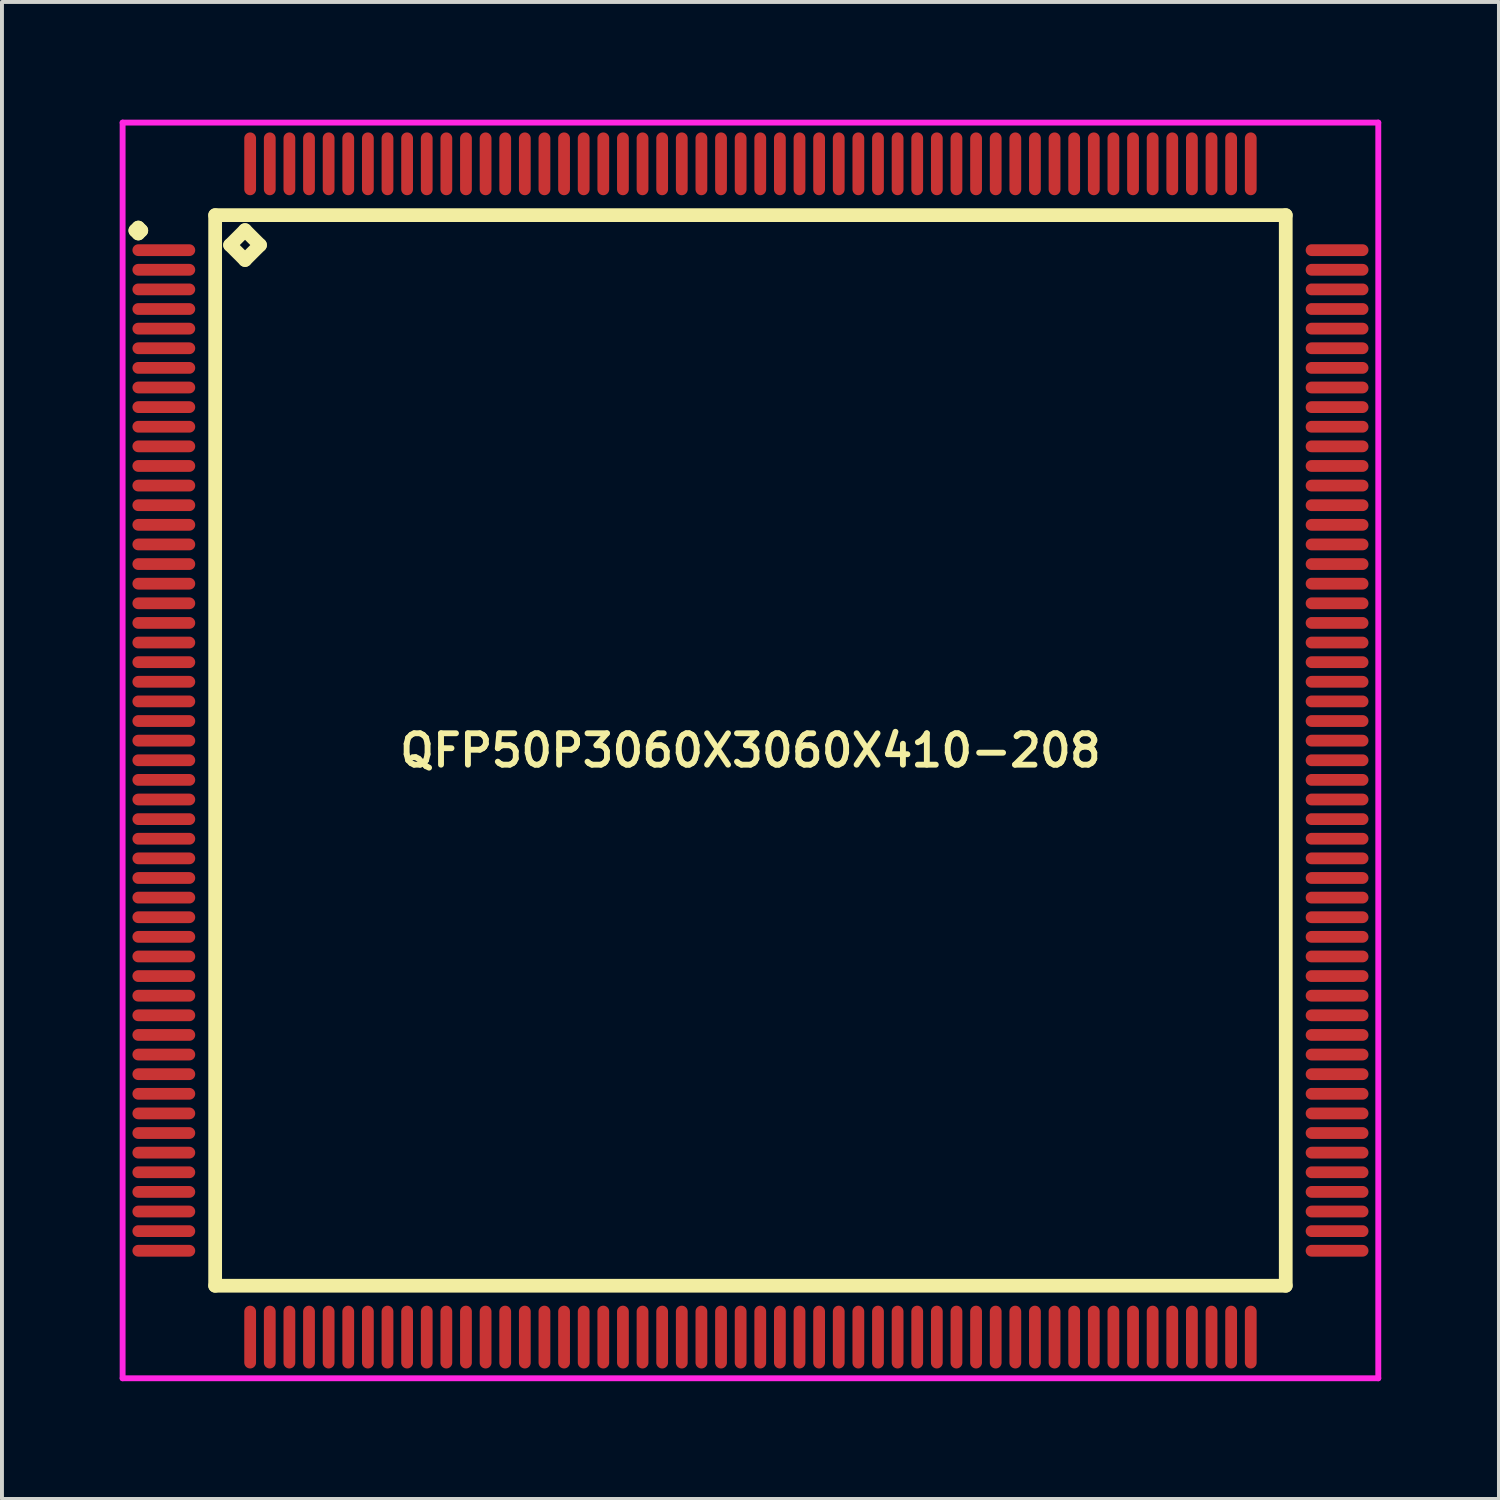
<source format=kicad_pcb>
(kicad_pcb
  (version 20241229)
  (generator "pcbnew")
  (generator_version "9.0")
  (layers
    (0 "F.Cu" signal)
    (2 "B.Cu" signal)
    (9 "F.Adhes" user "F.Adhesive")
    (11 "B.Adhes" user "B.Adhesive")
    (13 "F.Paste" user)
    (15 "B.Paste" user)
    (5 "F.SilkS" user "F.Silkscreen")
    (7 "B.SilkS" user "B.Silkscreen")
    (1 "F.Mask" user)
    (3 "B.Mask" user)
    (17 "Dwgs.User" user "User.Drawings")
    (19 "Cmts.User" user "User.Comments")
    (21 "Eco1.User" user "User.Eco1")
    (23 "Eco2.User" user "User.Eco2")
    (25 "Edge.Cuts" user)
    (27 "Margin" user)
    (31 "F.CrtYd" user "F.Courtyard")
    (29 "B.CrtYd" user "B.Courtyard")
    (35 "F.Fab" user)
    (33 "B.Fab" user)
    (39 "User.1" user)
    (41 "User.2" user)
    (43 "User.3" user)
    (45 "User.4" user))
  (footprint "QFP50P3060X3060X410-208"
    (layer "F.Cu")
    (at 16.075 16.075)
    (property "Reference" "QFP50P3060X3060X410-208" (at 0 0 0) (layer "F.SilkS") (effects (font (size 0.8 0.8) (thickness 0.15))))
    (attr smd)
    (fp_line (start -15.675 -13.25) (end -15.6 -13.325) (stroke (width 0.35) (type solid)) (layer "F.SilkS"))
    (fp_line (start -15.6 -13.325) (end -15.525 -13.25) (stroke (width 0.35) (type solid)) (layer "F.SilkS"))
    (fp_line (start -15.6 -13.175) (end -15.675 -13.25) (stroke (width 0.35) (type solid)) (layer "F.SilkS"))
    (fp_line (start -15.525 -13.25) (end -15.6 -13.175) (stroke (width 0.35) (type solid)) (layer "F.SilkS"))
    (fp_line (start -13.642 -13.642) (end -13.642 13.642) (stroke (width 0.35) (type solid)) (layer "F.SilkS"))
    (fp_line (start -13.642 13.642) (end 13.642 13.642) (stroke (width 0.35) (type solid)) (layer "F.SilkS"))
    (fp_line (start -13.261 -12.88) (end -12.88 -13.261) (stroke (width 0.35) (type solid)) (layer "F.SilkS"))
    (fp_line (start -12.88 -13.261) (end -12.499 -12.88) (stroke (width 0.35) (type solid)) (layer "F.SilkS"))
    (fp_line (start -12.88 -12.499) (end -13.261 -12.88) (stroke (width 0.35) (type solid)) (layer "F.SilkS"))
    (fp_line (start -12.499 -12.88) (end -12.88 -12.499) (stroke (width 0.35) (type solid)) (layer "F.SilkS"))
    (fp_line (start 13.642 -13.642) (end -13.642 -13.642) (stroke (width 0.35) (type solid)) (layer "F.SilkS"))
    (fp_line (start 13.642 13.642) (end 13.642 -13.642) (stroke (width 0.35) (type solid)) (layer "F.SilkS"))
    (fp_line (start -16 -16) (end 16 -16) (stroke (width 0.15) (type solid)) (layer "F.CrtYd"))
    (fp_line (start -16 16) (end -16 -16) (stroke (width 0.15) (type solid)) (layer "F.CrtYd"))
    (fp_line (start 16 -16) (end 16 16) (stroke (width 0.15) (type solid)) (layer "F.CrtYd"))
    (fp_line (start 16 16) (end -16 16) (stroke (width 0.15) (type solid)) (layer "F.CrtYd"))
    (pad "1" smd oval (at -14.95 -12.75) (size 1.6 0.3) (layers "F.Cu" "F.Mask" "F.Paste"))
    (pad "2" smd oval (at -14.95 -12.25) (size 1.6 0.3) (layers "F.Cu" "F.Mask" "F.Paste"))
    (pad "3" smd oval (at -14.95 -11.75) (size 1.6 0.3) (layers "F.Cu" "F.Mask" "F.Paste"))
    (pad "4" smd oval (at -14.95 -11.25) (size 1.6 0.3) (layers "F.Cu" "F.Mask" "F.Paste"))
    (pad "5" smd oval (at -14.95 -10.75) (size 1.6 0.3) (layers "F.Cu" "F.Mask" "F.Paste"))
    (pad "6" smd oval (at -14.95 -10.25) (size 1.6 0.3) (layers "F.Cu" "F.Mask" "F.Paste"))
    (pad "7" smd oval (at -14.95 -9.75) (size 1.6 0.3) (layers "F.Cu" "F.Mask" "F.Paste"))
    (pad "8" smd oval (at -14.95 -9.25) (size 1.6 0.3) (layers "F.Cu" "F.Mask" "F.Paste"))
    (pad "9" smd oval (at -14.95 -8.75) (size 1.6 0.3) (layers "F.Cu" "F.Mask" "F.Paste"))
    (pad "10" smd oval (at -14.95 -8.25) (size 1.6 0.3) (layers "F.Cu" "F.Mask" "F.Paste"))
    (pad "11" smd oval (at -14.95 -7.75) (size 1.6 0.3) (layers "F.Cu" "F.Mask" "F.Paste"))
    (pad "12" smd oval (at -14.95 -7.25) (size 1.6 0.3) (layers "F.Cu" "F.Mask" "F.Paste"))
    (pad "13" smd oval (at -14.95 -6.75) (size 1.6 0.3) (layers "F.Cu" "F.Mask" "F.Paste"))
    (pad "14" smd oval (at -14.95 -6.25) (size 1.6 0.3) (layers "F.Cu" "F.Mask" "F.Paste"))
    (pad "15" smd oval (at -14.95 -5.75) (size 1.6 0.3) (layers "F.Cu" "F.Mask" "F.Paste"))
    (pad "16" smd oval (at -14.95 -5.25) (size 1.6 0.3) (layers "F.Cu" "F.Mask" "F.Paste"))
    (pad "17" smd oval (at -14.95 -4.75) (size 1.6 0.3) (layers "F.Cu" "F.Mask" "F.Paste"))
    (pad "18" smd oval (at -14.95 -4.25) (size 1.6 0.3) (layers "F.Cu" "F.Mask" "F.Paste"))
    (pad "19" smd oval (at -14.95 -3.75) (size 1.6 0.3) (layers "F.Cu" "F.Mask" "F.Paste"))
    (pad "20" smd oval (at -14.95 -3.25) (size 1.6 0.3) (layers "F.Cu" "F.Mask" "F.Paste"))
    (pad "21" smd oval (at -14.95 -2.75) (size 1.6 0.3) (layers "F.Cu" "F.Mask" "F.Paste"))
    (pad "22" smd oval (at -14.95 -2.25) (size 1.6 0.3) (layers "F.Cu" "F.Mask" "F.Paste"))
    (pad "23" smd oval (at -14.95 -1.75) (size 1.6 0.3) (layers "F.Cu" "F.Mask" "F.Paste"))
    (pad "24" smd oval (at -14.95 -1.25) (size 1.6 0.3) (layers "F.Cu" "F.Mask" "F.Paste"))
    (pad "25" smd oval (at -14.95 -0.75) (size 1.6 0.3) (layers "F.Cu" "F.Mask" "F.Paste"))
    (pad "26" smd oval (at -14.95 -0.25) (size 1.6 0.3) (layers "F.Cu" "F.Mask" "F.Paste"))
    (pad "27" smd oval (at -14.95 0.25) (size 1.6 0.3) (layers "F.Cu" "F.Mask" "F.Paste"))
    (pad "28" smd oval (at -14.95 0.75) (size 1.6 0.3) (layers "F.Cu" "F.Mask" "F.Paste"))
    (pad "29" smd oval (at -14.95 1.25) (size 1.6 0.3) (layers "F.Cu" "F.Mask" "F.Paste"))
    (pad "30" smd oval (at -14.95 1.75) (size 1.6 0.3) (layers "F.Cu" "F.Mask" "F.Paste"))
    (pad "31" smd oval (at -14.95 2.25) (size 1.6 0.3) (layers "F.Cu" "F.Mask" "F.Paste"))
    (pad "32" smd oval (at -14.95 2.75) (size 1.6 0.3) (layers "F.Cu" "F.Mask" "F.Paste"))
    (pad "33" smd oval (at -14.95 3.25) (size 1.6 0.3) (layers "F.Cu" "F.Mask" "F.Paste"))
    (pad "34" smd oval (at -14.95 3.75) (size 1.6 0.3) (layers "F.Cu" "F.Mask" "F.Paste"))
    (pad "35" smd oval (at -14.95 4.25) (size 1.6 0.3) (layers "F.Cu" "F.Mask" "F.Paste"))
    (pad "36" smd oval (at -14.95 4.75) (size 1.6 0.3) (layers "F.Cu" "F.Mask" "F.Paste"))
    (pad "37" smd oval (at -14.95 5.25) (size 1.6 0.3) (layers "F.Cu" "F.Mask" "F.Paste"))
    (pad "38" smd oval (at -14.95 5.75) (size 1.6 0.3) (layers "F.Cu" "F.Mask" "F.Paste"))
    (pad "39" smd oval (at -14.95 6.25) (size 1.6 0.3) (layers "F.Cu" "F.Mask" "F.Paste"))
    (pad "40" smd oval (at -14.95 6.75) (size 1.6 0.3) (layers "F.Cu" "F.Mask" "F.Paste"))
    (pad "41" smd oval (at -14.95 7.25) (size 1.6 0.3) (layers "F.Cu" "F.Mask" "F.Paste"))
    (pad "42" smd oval (at -14.95 7.75) (size 1.6 0.3) (layers "F.Cu" "F.Mask" "F.Paste"))
    (pad "43" smd oval (at -14.95 8.25) (size 1.6 0.3) (layers "F.Cu" "F.Mask" "F.Paste"))
    (pad "44" smd oval (at -14.95 8.75) (size 1.6 0.3) (layers "F.Cu" "F.Mask" "F.Paste"))
    (pad "45" smd oval (at -14.95 9.25) (size 1.6 0.3) (layers "F.Cu" "F.Mask" "F.Paste"))
    (pad "46" smd oval (at -14.95 9.75) (size 1.6 0.3) (layers "F.Cu" "F.Mask" "F.Paste"))
    (pad "47" smd oval (at -14.95 10.25) (size 1.6 0.3) (layers "F.Cu" "F.Mask" "F.Paste"))
    (pad "48" smd oval (at -14.95 10.75) (size 1.6 0.3) (layers "F.Cu" "F.Mask" "F.Paste"))
    (pad "49" smd oval (at -14.95 11.25) (size 1.6 0.3) (layers "F.Cu" "F.Mask" "F.Paste"))
    (pad "50" smd oval (at -14.95 11.75) (size 1.6 0.3) (layers "F.Cu" "F.Mask" "F.Paste"))
    (pad "51" smd oval (at -14.95 12.25) (size 1.6 0.3) (layers "F.Cu" "F.Mask" "F.Paste"))
    (pad "52" smd oval (at -14.95 12.75) (size 1.6 0.3) (layers "F.Cu" "F.Mask" "F.Paste"))
    (pad "53" smd oval (at -12.75 14.95) (size 0.3 1.6) (layers "F.Cu" "F.Mask" "F.Paste"))
    (pad "54" smd oval (at -12.25 14.95) (size 0.3 1.6) (layers "F.Cu" "F.Mask" "F.Paste"))
    (pad "55" smd oval (at -11.75 14.95) (size 0.3 1.6) (layers "F.Cu" "F.Mask" "F.Paste"))
    (pad "56" smd oval (at -11.25 14.95) (size 0.3 1.6) (layers "F.Cu" "F.Mask" "F.Paste"))
    (pad "57" smd oval (at -10.75 14.95) (size 0.3 1.6) (layers "F.Cu" "F.Mask" "F.Paste"))
    (pad "58" smd oval (at -10.25 14.95) (size 0.3 1.6) (layers "F.Cu" "F.Mask" "F.Paste"))
    (pad "59" smd oval (at -9.75 14.95) (size 0.3 1.6) (layers "F.Cu" "F.Mask" "F.Paste"))
    (pad "60" smd oval (at -9.25 14.95) (size 0.3 1.6) (layers "F.Cu" "F.Mask" "F.Paste"))
    (pad "61" smd oval (at -8.75 14.95) (size 0.3 1.6) (layers "F.Cu" "F.Mask" "F.Paste"))
    (pad "62" smd oval (at -8.25 14.95) (size 0.3 1.6) (layers "F.Cu" "F.Mask" "F.Paste"))
    (pad "63" smd oval (at -7.75 14.95) (size 0.3 1.6) (layers "F.Cu" "F.Mask" "F.Paste"))
    (pad "64" smd oval (at -7.25 14.95) (size 0.3 1.6) (layers "F.Cu" "F.Mask" "F.Paste"))
    (pad "65" smd oval (at -6.75 14.95) (size 0.3 1.6) (layers "F.Cu" "F.Mask" "F.Paste"))
    (pad "66" smd oval (at -6.25 14.95) (size 0.3 1.6) (layers "F.Cu" "F.Mask" "F.Paste"))
    (pad "67" smd oval (at -5.75 14.95) (size 0.3 1.6) (layers "F.Cu" "F.Mask" "F.Paste"))
    (pad "68" smd oval (at -5.25 14.95) (size 0.3 1.6) (layers "F.Cu" "F.Mask" "F.Paste"))
    (pad "69" smd oval (at -4.75 14.95) (size 0.3 1.6) (layers "F.Cu" "F.Mask" "F.Paste"))
    (pad "70" smd oval (at -4.25 14.95) (size 0.3 1.6) (layers "F.Cu" "F.Mask" "F.Paste"))
    (pad "71" smd oval (at -3.75 14.95) (size 0.3 1.6) (layers "F.Cu" "F.Mask" "F.Paste"))
    (pad "72" smd oval (at -3.25 14.95) (size 0.3 1.6) (layers "F.Cu" "F.Mask" "F.Paste"))
    (pad "73" smd oval (at -2.75 14.95) (size 0.3 1.6) (layers "F.Cu" "F.Mask" "F.Paste"))
    (pad "74" smd oval (at -2.25 14.95) (size 0.3 1.6) (layers "F.Cu" "F.Mask" "F.Paste"))
    (pad "75" smd oval (at -1.75 14.95) (size 0.3 1.6) (layers "F.Cu" "F.Mask" "F.Paste"))
    (pad "76" smd oval (at -1.25 14.95) (size 0.3 1.6) (layers "F.Cu" "F.Mask" "F.Paste"))
    (pad "77" smd oval (at -0.75 14.95) (size 0.3 1.6) (layers "F.Cu" "F.Mask" "F.Paste"))
    (pad "78" smd oval (at -0.25 14.95) (size 0.3 1.6) (layers "F.Cu" "F.Mask" "F.Paste"))
    (pad "79" smd oval (at 0.25 14.95) (size 0.3 1.6) (layers "F.Cu" "F.Mask" "F.Paste"))
    (pad "80" smd oval (at 0.75 14.95) (size 0.3 1.6) (layers "F.Cu" "F.Mask" "F.Paste"))
    (pad "81" smd oval (at 1.25 14.95) (size 0.3 1.6) (layers "F.Cu" "F.Mask" "F.Paste"))
    (pad "82" smd oval (at 1.75 14.95) (size 0.3 1.6) (layers "F.Cu" "F.Mask" "F.Paste"))
    (pad "83" smd oval (at 2.25 14.95) (size 0.3 1.6) (layers "F.Cu" "F.Mask" "F.Paste"))
    (pad "84" smd oval (at 2.75 14.95) (size 0.3 1.6) (layers "F.Cu" "F.Mask" "F.Paste"))
    (pad "85" smd oval (at 3.25 14.95) (size 0.3 1.6) (layers "F.Cu" "F.Mask" "F.Paste"))
    (pad "86" smd oval (at 3.75 14.95) (size 0.3 1.6) (layers "F.Cu" "F.Mask" "F.Paste"))
    (pad "87" smd oval (at 4.25 14.95) (size 0.3 1.6) (layers "F.Cu" "F.Mask" "F.Paste"))
    (pad "88" smd oval (at 4.75 14.95) (size 0.3 1.6) (layers "F.Cu" "F.Mask" "F.Paste"))
    (pad "89" smd oval (at 5.25 14.95) (size 0.3 1.6) (layers "F.Cu" "F.Mask" "F.Paste"))
    (pad "90" smd oval (at 5.75 14.95) (size 0.3 1.6) (layers "F.Cu" "F.Mask" "F.Paste"))
    (pad "91" smd oval (at 6.25 14.95) (size 0.3 1.6) (layers "F.Cu" "F.Mask" "F.Paste"))
    (pad "92" smd oval (at 6.75 14.95) (size 0.3 1.6) (layers "F.Cu" "F.Mask" "F.Paste"))
    (pad "93" smd oval (at 7.25 14.95) (size 0.3 1.6) (layers "F.Cu" "F.Mask" "F.Paste"))
    (pad "94" smd oval (at 7.75 14.95) (size 0.3 1.6) (layers "F.Cu" "F.Mask" "F.Paste"))
    (pad "95" smd oval (at 8.25 14.95) (size 0.3 1.6) (layers "F.Cu" "F.Mask" "F.Paste"))
    (pad "96" smd oval (at 8.75 14.95) (size 0.3 1.6) (layers "F.Cu" "F.Mask" "F.Paste"))
    (pad "97" smd oval (at 9.25 14.95) (size 0.3 1.6) (layers "F.Cu" "F.Mask" "F.Paste"))
    (pad "98" smd oval (at 9.75 14.95) (size 0.3 1.6) (layers "F.Cu" "F.Mask" "F.Paste"))
    (pad "99" smd oval (at 10.25 14.95) (size 0.3 1.6) (layers "F.Cu" "F.Mask" "F.Paste"))
    (pad "100" smd oval (at 10.75 14.95) (size 0.3 1.6) (layers "F.Cu" "F.Mask" "F.Paste"))
    (pad "101" smd oval (at 11.25 14.95) (size 0.3 1.6) (layers "F.Cu" "F.Mask" "F.Paste"))
    (pad "102" smd oval (at 11.75 14.95) (size 0.3 1.6) (layers "F.Cu" "F.Mask" "F.Paste"))
    (pad "103" smd oval (at 12.25 14.95) (size 0.3 1.6) (layers "F.Cu" "F.Mask" "F.Paste"))
    (pad "104" smd oval (at 12.75 14.95) (size 0.3 1.6) (layers "F.Cu" "F.Mask" "F.Paste"))
    (pad "105" smd oval (at 14.95 12.75) (size 1.6 0.3) (layers "F.Cu" "F.Mask" "F.Paste"))
    (pad "106" smd oval (at 14.95 12.25) (size 1.6 0.3) (layers "F.Cu" "F.Mask" "F.Paste"))
    (pad "107" smd oval (at 14.95 11.75) (size 1.6 0.3) (layers "F.Cu" "F.Mask" "F.Paste"))
    (pad "108" smd oval (at 14.95 11.25) (size 1.6 0.3) (layers "F.Cu" "F.Mask" "F.Paste"))
    (pad "109" smd oval (at 14.95 10.75) (size 1.6 0.3) (layers "F.Cu" "F.Mask" "F.Paste"))
    (pad "110" smd oval (at 14.95 10.25) (size 1.6 0.3) (layers "F.Cu" "F.Mask" "F.Paste"))
    (pad "111" smd oval (at 14.95 9.75) (size 1.6 0.3) (layers "F.Cu" "F.Mask" "F.Paste"))
    (pad "112" smd oval (at 14.95 9.25) (size 1.6 0.3) (layers "F.Cu" "F.Mask" "F.Paste"))
    (pad "113" smd oval (at 14.95 8.75) (size 1.6 0.3) (layers "F.Cu" "F.Mask" "F.Paste"))
    (pad "114" smd oval (at 14.95 8.25) (size 1.6 0.3) (layers "F.Cu" "F.Mask" "F.Paste"))
    (pad "115" smd oval (at 14.95 7.75) (size 1.6 0.3) (layers "F.Cu" "F.Mask" "F.Paste"))
    (pad "116" smd oval (at 14.95 7.25) (size 1.6 0.3) (layers "F.Cu" "F.Mask" "F.Paste"))
    (pad "117" smd oval (at 14.95 6.75) (size 1.6 0.3) (layers "F.Cu" "F.Mask" "F.Paste"))
    (pad "118" smd oval (at 14.95 6.25) (size 1.6 0.3) (layers "F.Cu" "F.Mask" "F.Paste"))
    (pad "119" smd oval (at 14.95 5.75) (size 1.6 0.3) (layers "F.Cu" "F.Mask" "F.Paste"))
    (pad "120" smd oval (at 14.95 5.25) (size 1.6 0.3) (layers "F.Cu" "F.Mask" "F.Paste"))
    (pad "121" smd oval (at 14.95 4.75) (size 1.6 0.3) (layers "F.Cu" "F.Mask" "F.Paste"))
    (pad "122" smd oval (at 14.95 4.25) (size 1.6 0.3) (layers "F.Cu" "F.Mask" "F.Paste"))
    (pad "123" smd oval (at 14.95 3.75) (size 1.6 0.3) (layers "F.Cu" "F.Mask" "F.Paste"))
    (pad "124" smd oval (at 14.95 3.25) (size 1.6 0.3) (layers "F.Cu" "F.Mask" "F.Paste"))
    (pad "125" smd oval (at 14.95 2.75) (size 1.6 0.3) (layers "F.Cu" "F.Mask" "F.Paste"))
    (pad "126" smd oval (at 14.95 2.25) (size 1.6 0.3) (layers "F.Cu" "F.Mask" "F.Paste"))
    (pad "127" smd oval (at 14.95 1.75) (size 1.6 0.3) (layers "F.Cu" "F.Mask" "F.Paste"))
    (pad "128" smd oval (at 14.95 1.25) (size 1.6 0.3) (layers "F.Cu" "F.Mask" "F.Paste"))
    (pad "129" smd oval (at 14.95 0.75) (size 1.6 0.3) (layers "F.Cu" "F.Mask" "F.Paste"))
    (pad "130" smd oval (at 14.95 0.25) (size 1.6 0.3) (layers "F.Cu" "F.Mask" "F.Paste"))
    (pad "131" smd oval (at 14.95 -0.25) (size 1.6 0.3) (layers "F.Cu" "F.Mask" "F.Paste"))
    (pad "132" smd oval (at 14.95 -0.75) (size 1.6 0.3) (layers "F.Cu" "F.Mask" "F.Paste"))
    (pad "133" smd oval (at 14.95 -1.25) (size 1.6 0.3) (layers "F.Cu" "F.Mask" "F.Paste"))
    (pad "134" smd oval (at 14.95 -1.75) (size 1.6 0.3) (layers "F.Cu" "F.Mask" "F.Paste"))
    (pad "135" smd oval (at 14.95 -2.25) (size 1.6 0.3) (layers "F.Cu" "F.Mask" "F.Paste"))
    (pad "136" smd oval (at 14.95 -2.75) (size 1.6 0.3) (layers "F.Cu" "F.Mask" "F.Paste"))
    (pad "137" smd oval (at 14.95 -3.25) (size 1.6 0.3) (layers "F.Cu" "F.Mask" "F.Paste"))
    (pad "138" smd oval (at 14.95 -3.75) (size 1.6 0.3) (layers "F.Cu" "F.Mask" "F.Paste"))
    (pad "139" smd oval (at 14.95 -4.25) (size 1.6 0.3) (layers "F.Cu" "F.Mask" "F.Paste"))
    (pad "140" smd oval (at 14.95 -4.75) (size 1.6 0.3) (layers "F.Cu" "F.Mask" "F.Paste"))
    (pad "141" smd oval (at 14.95 -5.25) (size 1.6 0.3) (layers "F.Cu" "F.Mask" "F.Paste"))
    (pad "142" smd oval (at 14.95 -5.75) (size 1.6 0.3) (layers "F.Cu" "F.Mask" "F.Paste"))
    (pad "143" smd oval (at 14.95 -6.25) (size 1.6 0.3) (layers "F.Cu" "F.Mask" "F.Paste"))
    (pad "144" smd oval (at 14.95 -6.75) (size 1.6 0.3) (layers "F.Cu" "F.Mask" "F.Paste"))
    (pad "145" smd oval (at 14.95 -7.25) (size 1.6 0.3) (layers "F.Cu" "F.Mask" "F.Paste"))
    (pad "146" smd oval (at 14.95 -7.75) (size 1.6 0.3) (layers "F.Cu" "F.Mask" "F.Paste"))
    (pad "147" smd oval (at 14.95 -8.25) (size 1.6 0.3) (layers "F.Cu" "F.Mask" "F.Paste"))
    (pad "148" smd oval (at 14.95 -8.75) (size 1.6 0.3) (layers "F.Cu" "F.Mask" "F.Paste"))
    (pad "149" smd oval (at 14.95 -9.25) (size 1.6 0.3) (layers "F.Cu" "F.Mask" "F.Paste"))
    (pad "150" smd oval (at 14.95 -9.75) (size 1.6 0.3) (layers "F.Cu" "F.Mask" "F.Paste"))
    (pad "151" smd oval (at 14.95 -10.25) (size 1.6 0.3) (layers "F.Cu" "F.Mask" "F.Paste"))
    (pad "152" smd oval (at 14.95 -10.75) (size 1.6 0.3) (layers "F.Cu" "F.Mask" "F.Paste"))
    (pad "153" smd oval (at 14.95 -11.25) (size 1.6 0.3) (layers "F.Cu" "F.Mask" "F.Paste"))
    (pad "154" smd oval (at 14.95 -11.75) (size 1.6 0.3) (layers "F.Cu" "F.Mask" "F.Paste"))
    (pad "155" smd oval (at 14.95 -12.25) (size 1.6 0.3) (layers "F.Cu" "F.Mask" "F.Paste"))
    (pad "156" smd oval (at 14.95 -12.75) (size 1.6 0.3) (layers "F.Cu" "F.Mask" "F.Paste"))
    (pad "157" smd oval (at 12.75 -14.95) (size 0.3 1.6) (layers "F.Cu" "F.Mask" "F.Paste"))
    (pad "158" smd oval (at 12.25 -14.95) (size 0.3 1.6) (layers "F.Cu" "F.Mask" "F.Paste"))
    (pad "159" smd oval (at 11.75 -14.95) (size 0.3 1.6) (layers "F.Cu" "F.Mask" "F.Paste"))
    (pad "160" smd oval (at 11.25 -14.95) (size 0.3 1.6) (layers "F.Cu" "F.Mask" "F.Paste"))
    (pad "161" smd oval (at 10.75 -14.95) (size 0.3 1.6) (layers "F.Cu" "F.Mask" "F.Paste"))
    (pad "162" smd oval (at 10.25 -14.95) (size 0.3 1.6) (layers "F.Cu" "F.Mask" "F.Paste"))
    (pad "163" smd oval (at 9.75 -14.95) (size 0.3 1.6) (layers "F.Cu" "F.Mask" "F.Paste"))
    (pad "164" smd oval (at 9.25 -14.95) (size 0.3 1.6) (layers "F.Cu" "F.Mask" "F.Paste"))
    (pad "165" smd oval (at 8.75 -14.95) (size 0.3 1.6) (layers "F.Cu" "F.Mask" "F.Paste"))
    (pad "166" smd oval (at 8.25 -14.95) (size 0.3 1.6) (layers "F.Cu" "F.Mask" "F.Paste"))
    (pad "167" smd oval (at 7.75 -14.95) (size 0.3 1.6) (layers "F.Cu" "F.Mask" "F.Paste"))
    (pad "168" smd oval (at 7.25 -14.95) (size 0.3 1.6) (layers "F.Cu" "F.Mask" "F.Paste"))
    (pad "169" smd oval (at 6.75 -14.95) (size 0.3 1.6) (layers "F.Cu" "F.Mask" "F.Paste"))
    (pad "170" smd oval (at 6.25 -14.95) (size 0.3 1.6) (layers "F.Cu" "F.Mask" "F.Paste"))
    (pad "171" smd oval (at 5.75 -14.95) (size 0.3 1.6) (layers "F.Cu" "F.Mask" "F.Paste"))
    (pad "172" smd oval (at 5.25 -14.95) (size 0.3 1.6) (layers "F.Cu" "F.Mask" "F.Paste"))
    (pad "173" smd oval (at 4.75 -14.95) (size 0.3 1.6) (layers "F.Cu" "F.Mask" "F.Paste"))
    (pad "174" smd oval (at 4.25 -14.95) (size 0.3 1.6) (layers "F.Cu" "F.Mask" "F.Paste"))
    (pad "175" smd oval (at 3.75 -14.95) (size 0.3 1.6) (layers "F.Cu" "F.Mask" "F.Paste"))
    (pad "176" smd oval (at 3.25 -14.95) (size 0.3 1.6) (layers "F.Cu" "F.Mask" "F.Paste"))
    (pad "177" smd oval (at 2.75 -14.95) (size 0.3 1.6) (layers "F.Cu" "F.Mask" "F.Paste"))
    (pad "178" smd oval (at 2.25 -14.95) (size 0.3 1.6) (layers "F.Cu" "F.Mask" "F.Paste"))
    (pad "179" smd oval (at 1.75 -14.95) (size 0.3 1.6) (layers "F.Cu" "F.Mask" "F.Paste"))
    (pad "180" smd oval (at 1.25 -14.95) (size 0.3 1.6) (layers "F.Cu" "F.Mask" "F.Paste"))
    (pad "181" smd oval (at 0.75 -14.95) (size 0.3 1.6) (layers "F.Cu" "F.Mask" "F.Paste"))
    (pad "182" smd oval (at 0.25 -14.95) (size 0.3 1.6) (layers "F.Cu" "F.Mask" "F.Paste"))
    (pad "183" smd oval (at -0.25 -14.95) (size 0.3 1.6) (layers "F.Cu" "F.Mask" "F.Paste"))
    (pad "184" smd oval (at -0.75 -14.95) (size 0.3 1.6) (layers "F.Cu" "F.Mask" "F.Paste"))
    (pad "185" smd oval (at -1.25 -14.95) (size 0.3 1.6) (layers "F.Cu" "F.Mask" "F.Paste"))
    (pad "186" smd oval (at -1.75 -14.95) (size 0.3 1.6) (layers "F.Cu" "F.Mask" "F.Paste"))
    (pad "187" smd oval (at -2.25 -14.95) (size 0.3 1.6) (layers "F.Cu" "F.Mask" "F.Paste"))
    (pad "188" smd oval (at -2.75 -14.95) (size 0.3 1.6) (layers "F.Cu" "F.Mask" "F.Paste"))
    (pad "189" smd oval (at -3.25 -14.95) (size 0.3 1.6) (layers "F.Cu" "F.Mask" "F.Paste"))
    (pad "190" smd oval (at -3.75 -14.95) (size 0.3 1.6) (layers "F.Cu" "F.Mask" "F.Paste"))
    (pad "191" smd oval (at -4.25 -14.95) (size 0.3 1.6) (layers "F.Cu" "F.Mask" "F.Paste"))
    (pad "192" smd oval (at -4.75 -14.95) (size 0.3 1.6) (layers "F.Cu" "F.Mask" "F.Paste"))
    (pad "193" smd oval (at -5.25 -14.95) (size 0.3 1.6) (layers "F.Cu" "F.Mask" "F.Paste"))
    (pad "194" smd oval (at -5.75 -14.95) (size 0.3 1.6) (layers "F.Cu" "F.Mask" "F.Paste"))
    (pad "195" smd oval (at -6.25 -14.95) (size 0.3 1.6) (layers "F.Cu" "F.Mask" "F.Paste"))
    (pad "196" smd oval (at -6.75 -14.95) (size 0.3 1.6) (layers "F.Cu" "F.Mask" "F.Paste"))
    (pad "197" smd oval (at -7.25 -14.95) (size 0.3 1.6) (layers "F.Cu" "F.Mask" "F.Paste"))
    (pad "198" smd oval (at -7.75 -14.95) (size 0.3 1.6) (layers "F.Cu" "F.Mask" "F.Paste"))
    (pad "199" smd oval (at -8.25 -14.95) (size 0.3 1.6) (layers "F.Cu" "F.Mask" "F.Paste"))
    (pad "200" smd oval (at -8.75 -14.95) (size 0.3 1.6) (layers "F.Cu" "F.Mask" "F.Paste"))
    (pad "201" smd oval (at -9.25 -14.95) (size 0.3 1.6) (layers "F.Cu" "F.Mask" "F.Paste"))
    (pad "202" smd oval (at -9.75 -14.95) (size 0.3 1.6) (layers "F.Cu" "F.Mask" "F.Paste"))
    (pad "203" smd oval (at -10.25 -14.95) (size 0.3 1.6) (layers "F.Cu" "F.Mask" "F.Paste"))
    (pad "204" smd oval (at -10.75 -14.95) (size 0.3 1.6) (layers "F.Cu" "F.Mask" "F.Paste"))
    (pad "205" smd oval (at -11.25 -14.95) (size 0.3 1.6) (layers "F.Cu" "F.Mask" "F.Paste"))
    (pad "206" smd oval (at -11.75 -14.95) (size 0.3 1.6) (layers "F.Cu" "F.Mask" "F.Paste"))
    (pad "207" smd oval (at -12.25 -14.95) (size 0.3 1.6) (layers "F.Cu" "F.Mask" "F.Paste"))
    (pad "208" smd oval (at -12.75 -14.95) (size 0.3 1.6) (layers "F.Cu" "F.Mask" "F.Paste")))
  (gr_rect
    (start -3 -3)
    (end 35.15 35.15)
    (stroke (width 0.1) (type default))
    (fill no)
    (layer "Edge.Cuts")))
</source>
